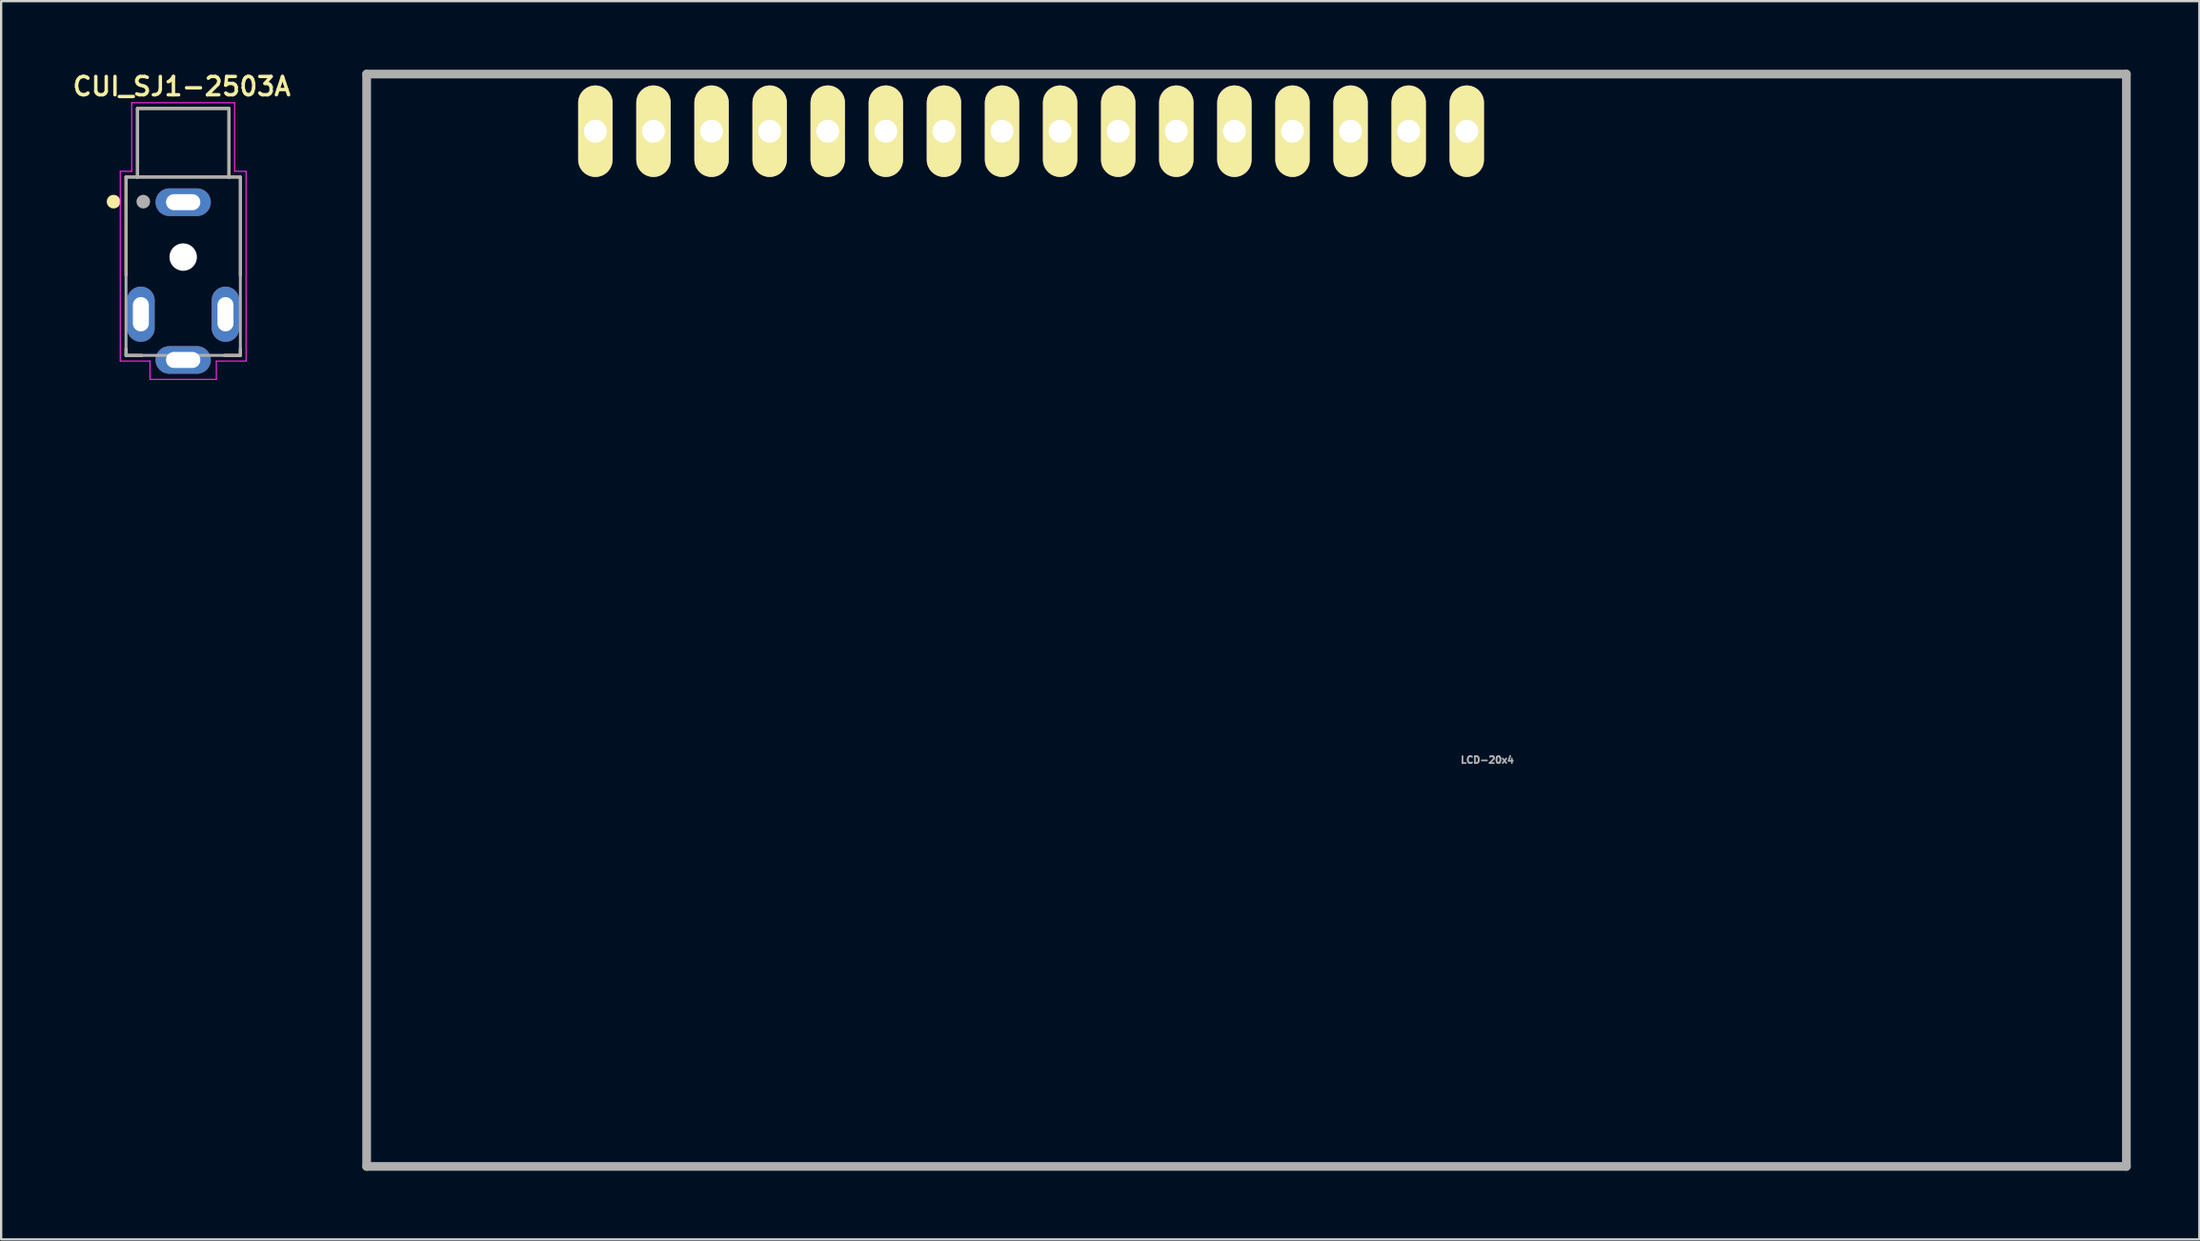
<source format=kicad_pcb>
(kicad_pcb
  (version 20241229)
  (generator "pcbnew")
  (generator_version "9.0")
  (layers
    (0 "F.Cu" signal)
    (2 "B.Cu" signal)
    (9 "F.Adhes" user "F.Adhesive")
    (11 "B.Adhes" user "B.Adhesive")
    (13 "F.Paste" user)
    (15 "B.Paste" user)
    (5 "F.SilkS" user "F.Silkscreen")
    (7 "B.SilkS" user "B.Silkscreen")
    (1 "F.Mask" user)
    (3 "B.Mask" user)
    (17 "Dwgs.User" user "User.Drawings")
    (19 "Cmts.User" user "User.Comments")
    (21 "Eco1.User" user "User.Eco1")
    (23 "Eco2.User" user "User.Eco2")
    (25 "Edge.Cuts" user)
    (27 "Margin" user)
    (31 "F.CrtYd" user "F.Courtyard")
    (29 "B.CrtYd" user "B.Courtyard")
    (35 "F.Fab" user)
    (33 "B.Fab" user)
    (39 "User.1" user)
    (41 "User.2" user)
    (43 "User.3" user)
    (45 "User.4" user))
  (footprint "LCD-20x4"
    (layer "F.Cu")
    (at 61.98 30.19)
    (property "Reference" "LCD-20x4" (at 0 0 0) (layer "F.Fab") (effects (font (size 0.3 0.3) (thickness 0.075))))
    (attr smd)
    (fp_line (start -48.999 -30) (end 27.94 -30) (stroke (width 0.381) (type solid)) (layer "F.Fab"))
    (fp_line (start -48.999 17.78) (end -48.999 -30) (stroke (width 0.381) (type solid)) (layer "F.Fab"))
    (fp_line (start 27.94 -30) (end 27.94 17.78) (stroke (width 0.381) (type solid)) (layer "F.Fab"))
    (fp_line (start 27.94 17.78) (end -48.999 17.78) (stroke (width 0.381) (type solid)) (layer "F.Fab"))
    (pad "1" thru_hole oval (at -38.999 -27.501) (size 1.501 4) (drill 1.001) (layers "*.Cu" "*.Mask" "F.SilkS"))
    (pad "2" thru_hole oval (at -36.459 -27.501) (size 1.501 4) (drill 1.001) (layers "*.Cu" "*.Mask" "F.SilkS"))
    (pad "3" thru_hole oval (at -33.919 -27.501) (size 1.501 4) (drill 1.001) (layers "*.Cu" "*.Mask" "F.SilkS"))
    (pad "4" thru_hole oval (at -31.379 -27.501) (size 1.501 4) (drill 1.001) (layers "*.Cu" "*.Mask" "F.SilkS"))
    (pad "5" thru_hole oval (at -28.839 -27.501) (size 1.501 4) (drill 1.001) (layers "*.Cu" "*.Mask" "F.SilkS"))
    (pad "6" thru_hole oval (at -26.299 -27.501) (size 1.501 4) (drill 1.001) (layers "*.Cu" "*.Mask" "F.SilkS"))
    (pad "7" thru_hole oval (at -23.759 -27.501) (size 1.501 4) (drill 1.001) (layers "*.Cu" "*.Mask" "F.SilkS"))
    (pad "8" thru_hole oval (at -21.219 -27.501) (size 1.501 4) (drill 1.001) (layers "*.Cu" "*.Mask" "F.SilkS"))
    (pad "9" thru_hole oval (at -18.679 -27.501) (size 1.501 4) (drill 1.001) (layers "*.Cu" "*.Mask" "F.SilkS"))
    (pad "10" thru_hole oval (at -16.139 -27.501) (size 1.501 4) (drill 1.001) (layers "*.Cu" "*.Mask" "F.SilkS"))
    (pad "11" thru_hole oval (at -13.599 -27.501) (size 1.501 4) (drill 1.001) (layers "*.Cu" "*.Mask" "F.SilkS"))
    (pad "12" thru_hole oval (at -11.059 -27.501) (size 1.501 4) (drill 1.001) (layers "*.Cu" "*.Mask" "F.SilkS"))
    (pad "13" thru_hole oval (at -8.519 -27.501) (size 1.501 4) (drill 1.001) (layers "*.Cu" "*.Mask" "F.SilkS"))
    (pad "14" thru_hole oval (at -5.979 -27.501) (size 1.501 4) (drill 1.001) (layers "*.Cu" "*.Mask" "F.SilkS"))
    (pad "15" thru_hole oval (at -3.439 -27.501) (size 1.501 4) (drill 1.001) (layers "*.Cu" "*.Mask" "F.SilkS"))
    (pad "16" thru_hole oval (at -0.899 -27.501) (size 1.501 4) (drill 1.001) (layers "*.Cu" "*.Mask" "F.SilkS")))
  (footprint "CUI_SJ1-2503A"
    (layer "F.Cu")
    (at 4.959 5.794)
    (property "Reference" "CUI_SJ1-2503A" (at -0.064 -5.062 0) (layer "F.SilkS") (effects (font (size 0.801 0.801) (thickness 0.15))))
    (attr through_hole)
    (fp_line (start -2.5 -1.1) (end -2 -1.1) (stroke (width 0.127) (type solid)) (layer "F.SilkS"))
    (fp_line (start -2.5 3.2) (end -2.5 -1.1) (stroke (width 0.127) (type solid)) (layer "F.SilkS"))
    (fp_line (start -2.5 6.7) (end -2.5 6.4) (stroke (width 0.127) (type solid)) (layer "F.SilkS"))
    (fp_line (start -2 -4.1) (end -2 -1.1) (stroke (width 0.127) (type solid)) (layer "F.SilkS"))
    (fp_line (start -2 -1.1) (end 2 -1.1) (stroke (width 0.127) (type solid)) (layer "F.SilkS"))
    (fp_line (start -1.8 6.7) (end -2.5 6.7) (stroke (width 0.127) (type solid)) (layer "F.SilkS"))
    (fp_line (start 1.8 6.7) (end 2.5 6.7) (stroke (width 0.127) (type solid)) (layer "F.SilkS"))
    (fp_line (start 2 -4.1) (end -2 -4.1) (stroke (width 0.127) (type solid)) (layer "F.SilkS"))
    (fp_line (start 2 -1.1) (end 2 -4.1) (stroke (width 0.127) (type solid)) (layer "F.SilkS"))
    (fp_line (start 2 -1.1) (end 2.5 -1.1) (stroke (width 0.127) (type solid)) (layer "F.SilkS"))
    (fp_line (start 2.5 -1.1) (end 2.5 3.2) (stroke (width 0.127) (type solid)) (layer "F.SilkS"))
    (fp_line (start 2.5 6.7) (end 2.5 6.4) (stroke (width 0.127) (type solid)) (layer "F.SilkS"))
    (fp_circle (center -3.044 -0.024) (end -2.894 -0.024) (stroke (width 0.3) (type solid)) (fill no) (layer "F.SilkS"))
    (fp_line (start -2.75 -1.35) (end -2.75 6.95) (stroke (width 0.05) (type solid)) (layer "F.CrtYd"))
    (fp_line (start -2.75 6.95) (end -1.45 6.95) (stroke (width 0.05) (type solid)) (layer "F.CrtYd"))
    (fp_line (start -2.25 -4.35) (end -2.25 -1.35) (stroke (width 0.05) (type solid)) (layer "F.CrtYd"))
    (fp_line (start -2.25 -1.35) (end -2.75 -1.35) (stroke (width 0.05) (type solid)) (layer "F.CrtYd"))
    (fp_line (start -1.45 6.95) (end -1.45 7.75) (stroke (width 0.05) (type solid)) (layer "F.CrtYd"))
    (fp_line (start -1.45 7.75) (end 1.45 7.75) (stroke (width 0.05) (type solid)) (layer "F.CrtYd"))
    (fp_line (start 1.45 6.95) (end 2.75 6.95) (stroke (width 0.05) (type solid)) (layer "F.CrtYd"))
    (fp_line (start 1.45 7.75) (end 1.45 6.95) (stroke (width 0.05) (type solid)) (layer "F.CrtYd"))
    (fp_line (start 2.25 -4.35) (end -2.25 -4.35) (stroke (width 0.05) (type solid)) (layer "F.CrtYd"))
    (fp_line (start 2.25 -1.35) (end 2.25 -4.35) (stroke (width 0.05) (type solid)) (layer "F.CrtYd"))
    (fp_line (start 2.75 -1.35) (end 2.25 -1.35) (stroke (width 0.05) (type solid)) (layer "F.CrtYd"))
    (fp_line (start 2.75 6.95) (end 2.75 -1.35) (stroke (width 0.05) (type solid)) (layer "F.CrtYd"))
    (fp_line (start -2.5 -1.1) (end -2 -1.1) (stroke (width 0.127) (type solid)) (layer "F.Fab"))
    (fp_line (start -2.5 6.7) (end -2.5 -1.1) (stroke (width 0.127) (type solid)) (layer "F.Fab"))
    (fp_line (start -2 -4.1) (end -2 -1.1) (stroke (width 0.127) (type solid)) (layer "F.Fab"))
    (fp_line (start -2 -1.1) (end 2 -1.1) (stroke (width 0.127) (type solid)) (layer "F.Fab"))
    (fp_line (start 2 -4.1) (end -2 -4.1) (stroke (width 0.127) (type solid)) (layer "F.Fab"))
    (fp_line (start 2 -1.1) (end 2 -4.1) (stroke (width 0.127) (type solid)) (layer "F.Fab"))
    (fp_line (start 2 -1.1) (end 2.5 -1.1) (stroke (width 0.127) (type solid)) (layer "F.Fab"))
    (fp_line (start 2.5 -1.1) (end 2.5 6.7) (stroke (width 0.127) (type solid)) (layer "F.Fab"))
    (fp_line (start 2.5 6.7) (end -2.5 6.7) (stroke (width 0.127) (type solid)) (layer "F.Fab"))
    (fp_circle (center -1.744 -0.024) (end -1.594 -0.024) (stroke (width 0.3) (type solid)) (fill no) (layer "F.Fab"))
    (pad "" np_thru_hole circle (at 0 2.4) (size 1.2 1.2) (drill 1.2) (layers "*.Cu" "*.Mask"))
    (pad "1" thru_hole oval (at 0 0) (size 2.416 1.208) (drill oval 1.5 0.7) (layers "*.Cu" "*.Mask"))
    (pad "2" thru_hole oval (at -1.85 4.9) (size 1.208 2.416) (drill oval 0.7 1.5) (layers "*.Cu" "*.Mask"))
    (pad "3" thru_hole oval (at 1.85 4.9) (size 1.208 2.416) (drill oval 0.7 1.5) (layers "*.Cu" "*.Mask"))
    (pad "4" thru_hole oval (at 0 6.9) (size 2.416 1.208) (drill oval 1.5 0.7) (layers "*.Cu" "*.Mask")))
  (gr_rect
    (start -3 -3)
    (end 93.111 51.161)
    (stroke (width 0.1) (type default))
    (fill no)
    (layer "Edge.Cuts")))
</source>
